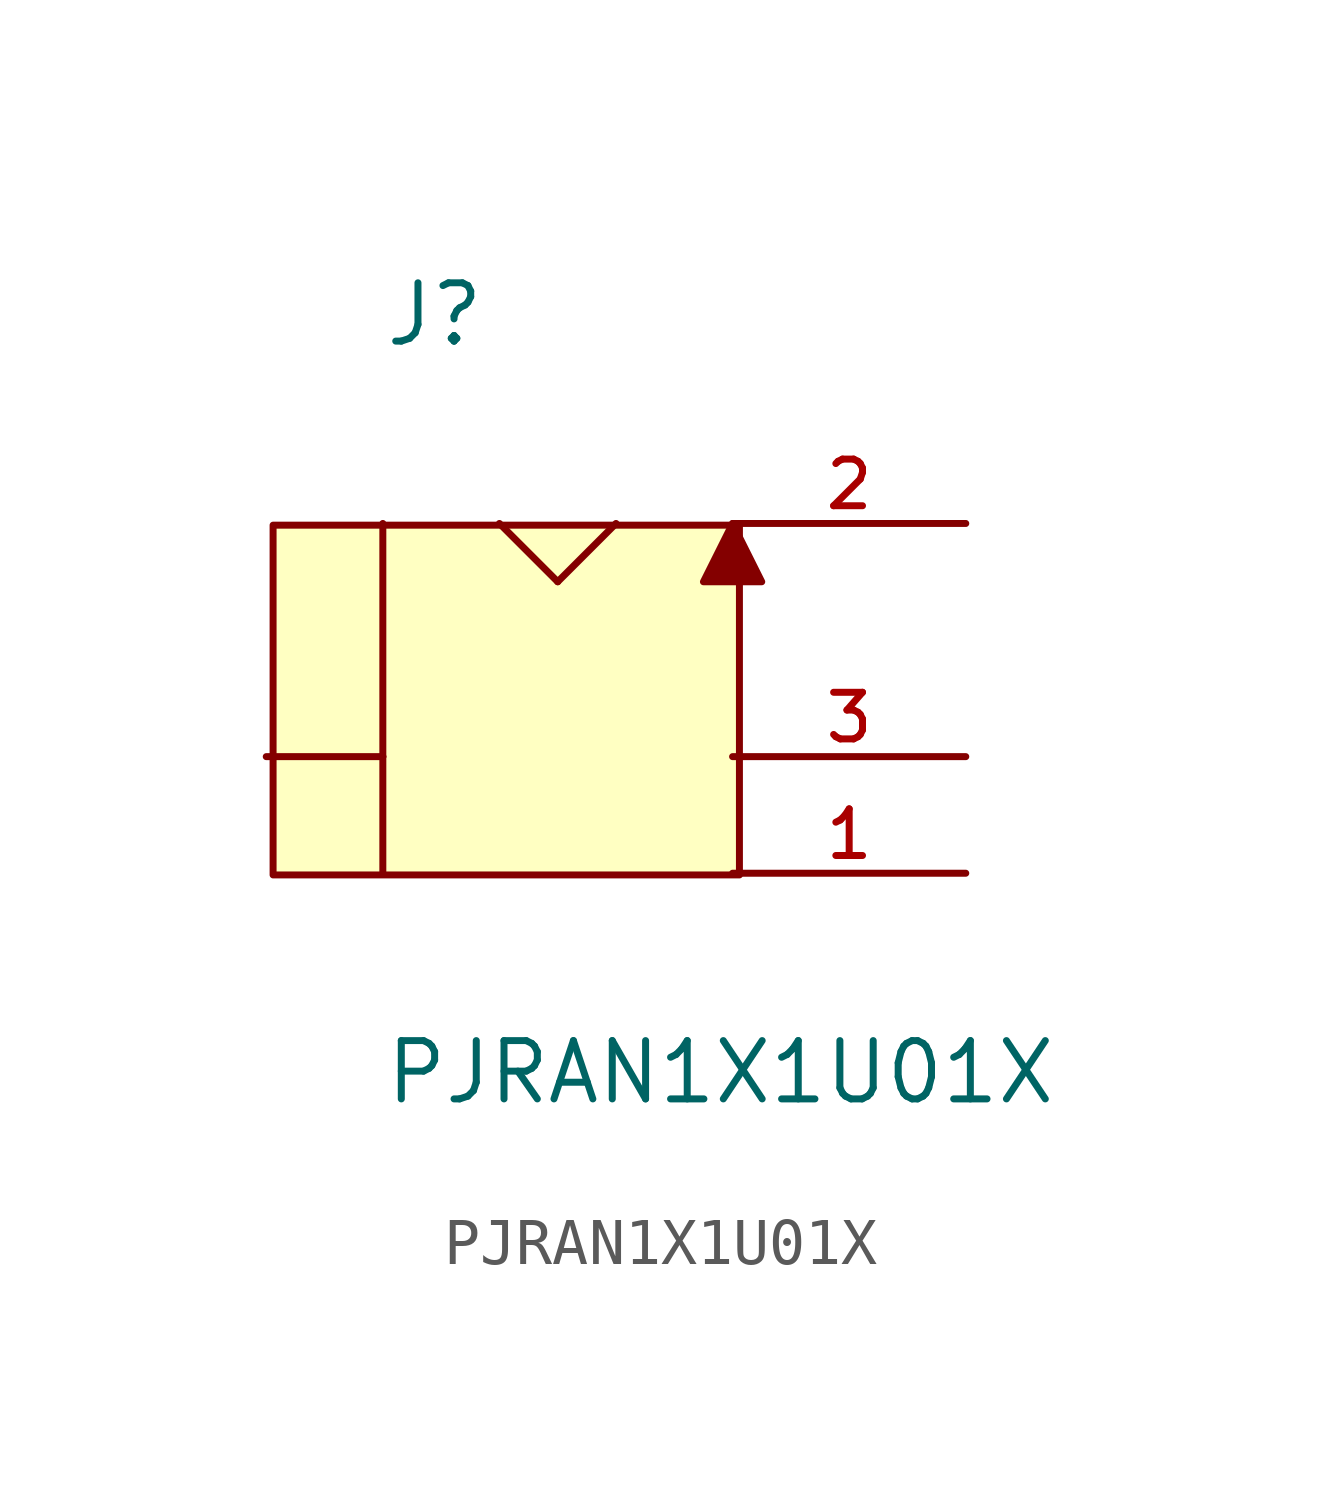
<source format=kicad_sym>
(kicad_symbol_lib
  (version 20211014)
  (generator kicad_symbol_editor)
  (symbol "PJRAN1X1U01X"
    (pin_names
      (offset 1.016))
    (property "Reference" "J"
      (at -5.08 8.89 0)
      (effects (font (size 1.27 1.27)) (justify bottom left)))
    (property "Value" "PJRAN1X1U01X"
      (at -5.08 -7.62 0)
      (effects (font (size 1.27 1.27)) (justify bottom left)))
    (symbol "PJRAN1X1U01X_0_0"
      (polyline (pts (xy -5.08 5.08) (xy -5.08 0.0)) (stroke (width 0.152)))
      (polyline (pts (xy -5.08 0.0) (xy -7.62 0.0)) (stroke (width 0.152)))
      (polyline (pts (xy -5.08 0.0) (xy -5.08 -2.54)) (stroke (width 0.152)))
      (polyline (pts (xy -2.54 5.08) (xy -1.27 3.81)) (stroke (width 0.152)))
      (polyline (pts (xy -1.27 3.81) (xy 0.0 5.08)) (stroke (width 0.152)))
      (polyline (pts (xy 1.905 3.81) (xy 2.54 5.08) (xy 3.175 3.81) (xy 1.905 3.81)) (stroke (width 0.152)) (fill (type outline)))
      (rectangle (start -7.471 -2.577) (end 2.689 5.043) (stroke (width 0.152)) (fill (type background)))
      (pin passive line (at 7.62 -2.54 180.0) (length 5.08) (name "~" (effects (font (size 1.016 1.016)))) (number "1" (effects (font (size 1.016 1.016)))))
      (pin passive line (at 7.62 0.0 180.0) (length 5.08) (name "~" (effects (font (size 1.016 1.016)))) (number "3" (effects (font (size 1.016 1.016)))))
      (pin passive line (at 7.62 5.08 180.0) (length 5.08) (name "~" (effects (font (size 1.016 1.016)))) (number "2" (effects (font (size 1.016 1.016))))))))
</source>
